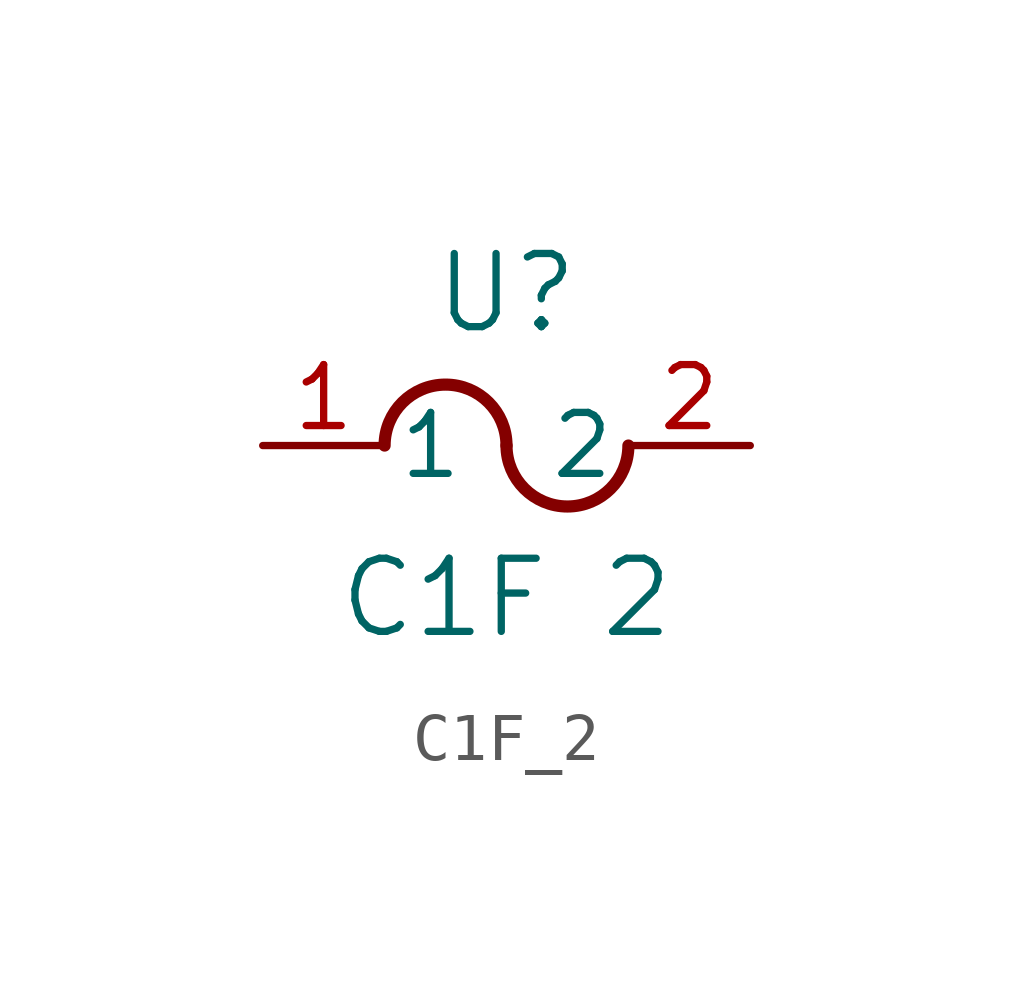
<source format=kicad_sym>
(kicad_symbol_lib
  (version 20211014)
  (generator kicad_symbol_editor)
  (symbol "C1F_2"
    (pin_names
      (offset 0.254))
    (property "Reference" "U"
      (at 5.08 3.175 0)
      (effects (font (size 1.524 1.524))))
    (property "Value" "C1F 2"
      (at 5.08 -3.175 0)
      (effects (font (size 1.524 1.524))))
    (symbol "C1F_2_0_1"
      (arc (start 5.08 0) (mid 3.81 1.27) (end 2.54 0) (stroke (width 0.254) (type default) (color 0 0 0 0)) (fill (type none)))
      (arc (start 5.08 0) (mid 6.35 -1.27) (end 7.62 0) (stroke (width 0.254) (type default) (color 0 0 0 0)) (fill (type none)))
      (pin unspecified line (at 0 0 0) (length 2.54) (name "1" (effects (font (size 1.27 1.27)))) (number "1" (effects (font (size 1.27 1.27)))))
      (pin unspecified line (at 10.16 0 180) (length 2.54) (name "2" (effects (font (size 1.27 1.27)))) (number "2" (effects (font (size 1.27 1.27))))))))
</source>
